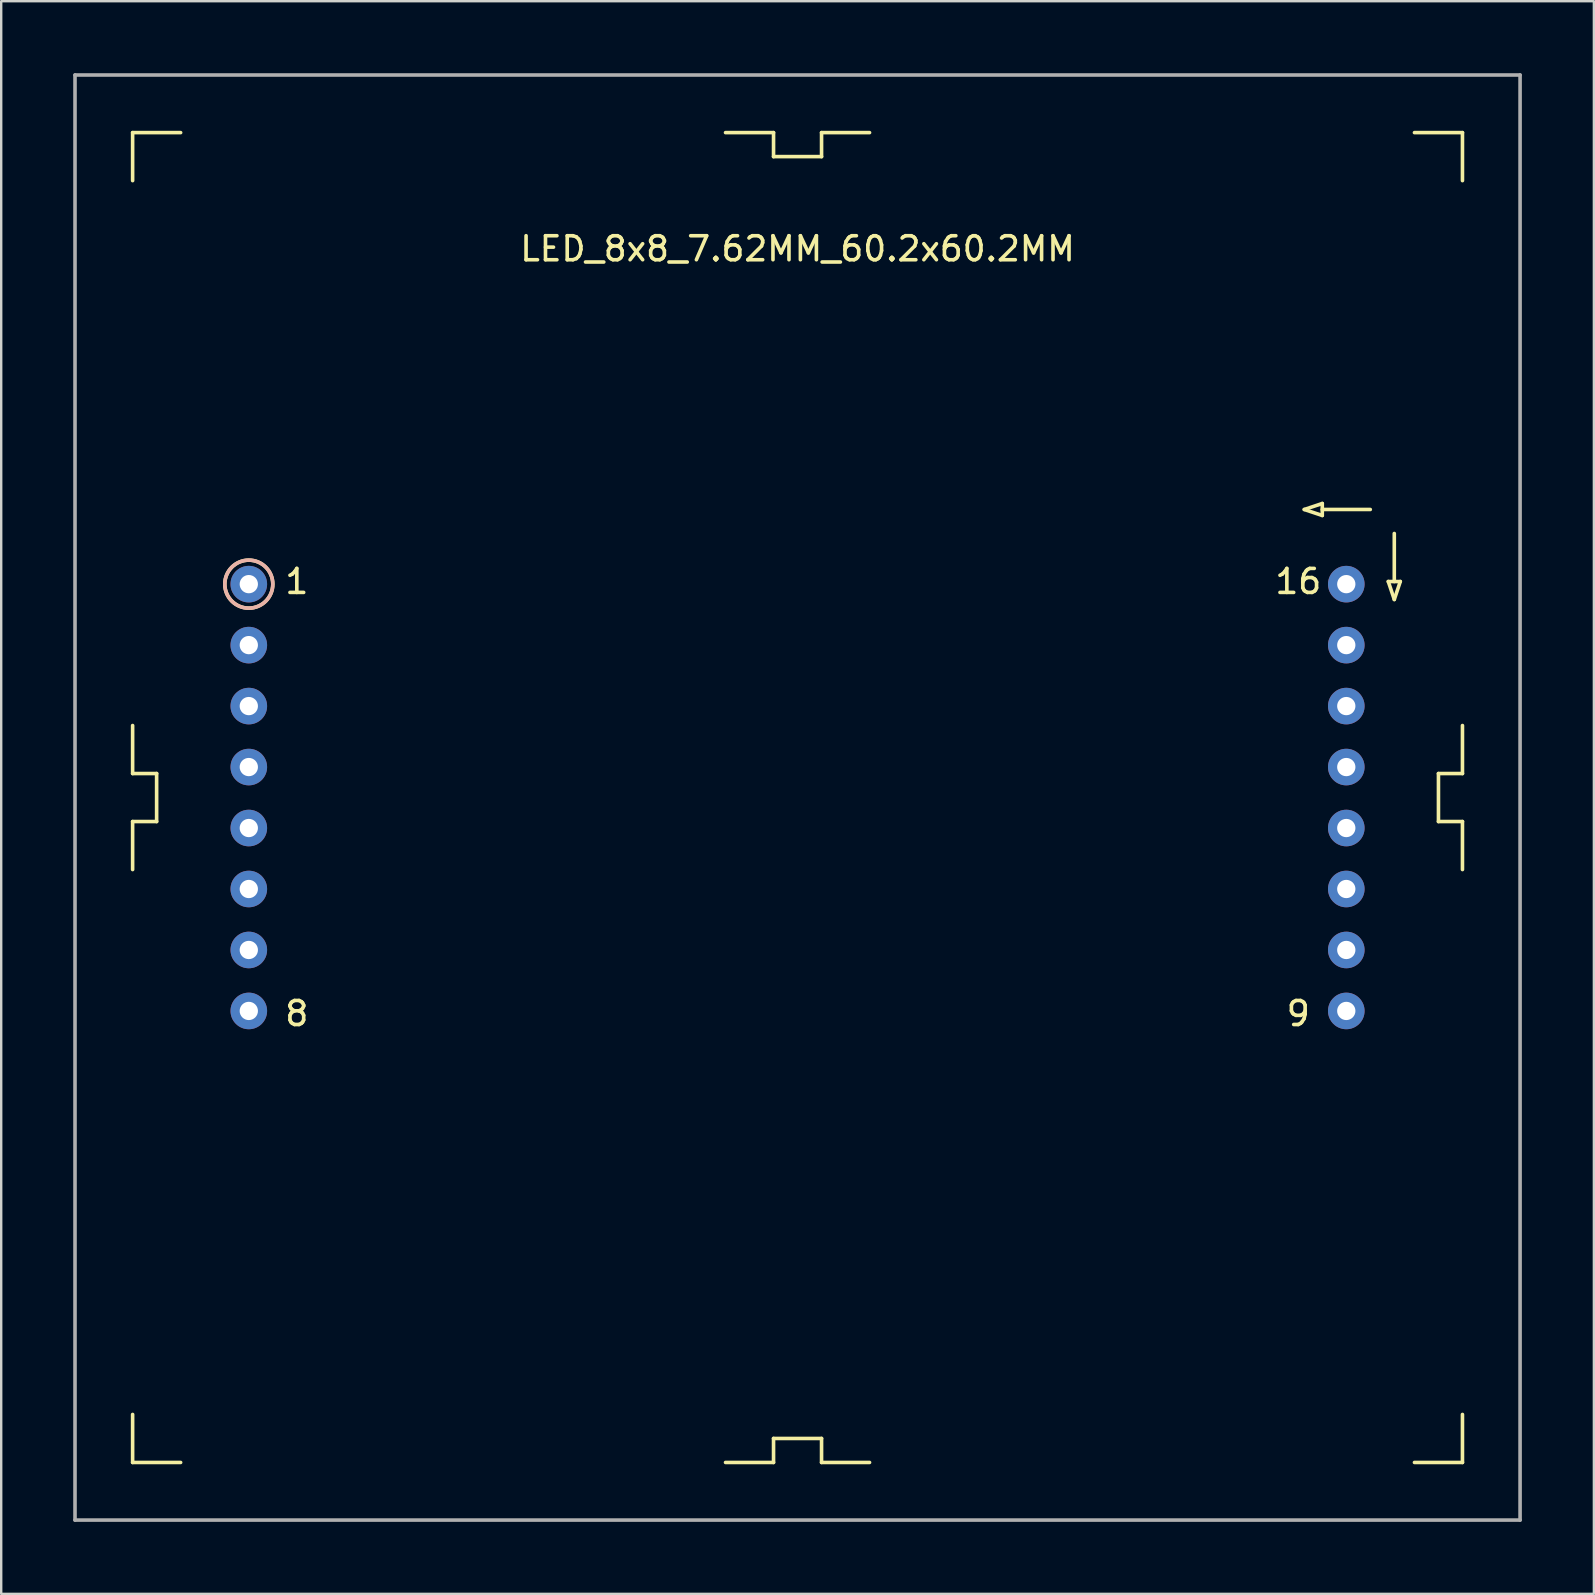
<source format=kicad_pcb>
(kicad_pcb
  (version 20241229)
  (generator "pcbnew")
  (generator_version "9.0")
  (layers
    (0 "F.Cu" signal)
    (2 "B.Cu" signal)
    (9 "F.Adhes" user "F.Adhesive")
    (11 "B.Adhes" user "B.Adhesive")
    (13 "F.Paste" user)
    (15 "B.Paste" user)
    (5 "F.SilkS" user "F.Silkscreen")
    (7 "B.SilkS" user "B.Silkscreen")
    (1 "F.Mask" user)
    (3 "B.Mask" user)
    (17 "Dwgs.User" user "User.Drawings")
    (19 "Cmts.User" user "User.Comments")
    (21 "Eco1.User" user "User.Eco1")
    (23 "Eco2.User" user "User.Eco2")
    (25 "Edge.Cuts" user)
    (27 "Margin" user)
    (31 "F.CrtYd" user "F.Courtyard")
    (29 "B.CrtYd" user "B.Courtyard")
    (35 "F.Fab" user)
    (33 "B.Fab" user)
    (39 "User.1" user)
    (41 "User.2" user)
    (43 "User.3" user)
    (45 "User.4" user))
  (footprint "LED_8x8_7.62MM_60.2x60.2MM"
    (layer "F.Cu")
    (at 30.175 30.175)
    (property "Reference" "LED_8x8_7.62MM_60.2x60.2MM" (at 0 -22.86 0) (layer "F.SilkS") (effects (font (size 1 1) (thickness 0.15))))
    (attr through_hole)
    (fp_line (start -27.7 -27.7) (end -25.7 -27.7) (stroke (width 0.15) (type solid)) (layer "F.SilkS"))
    (fp_line (start -27.7 -25.7) (end -27.7 -27.7) (stroke (width 0.15) (type solid)) (layer "F.SilkS"))
    (fp_line (start -27.7 -1) (end -27.7 -3) (stroke (width 0.15) (type solid)) (layer "F.SilkS"))
    (fp_line (start -27.7 -1) (end -26.7 -1) (stroke (width 0.15) (type solid)) (layer "F.SilkS"))
    (fp_line (start -27.7 1) (end -27.7 3) (stroke (width 0.15) (type solid)) (layer "F.SilkS"))
    (fp_line (start -27.7 27.7) (end -27.7 25.7) (stroke (width 0.15) (type solid)) (layer "F.SilkS"))
    (fp_line (start -26.7 -1) (end -26.7 1) (stroke (width 0.15) (type solid)) (layer "F.SilkS"))
    (fp_line (start -26.7 1) (end -27.7 1) (stroke (width 0.15) (type solid)) (layer "F.SilkS"))
    (fp_line (start -25.7 27.7) (end -27.7 27.7) (stroke (width 0.15) (type solid)) (layer "F.SilkS"))
    (fp_line (start -1 -27.7) (end -3 -27.7) (stroke (width 0.15) (type solid)) (layer "F.SilkS"))
    (fp_line (start -1 -26.7) (end -1 -27.7) (stroke (width 0.15) (type solid)) (layer "F.SilkS"))
    (fp_line (start -1 26.7) (end 1 26.7) (stroke (width 0.15) (type solid)) (layer "F.SilkS"))
    (fp_line (start -1 27.7) (end -3 27.7) (stroke (width 0.15) (type solid)) (layer "F.SilkS"))
    (fp_line (start -1 27.7) (end -1 26.7) (stroke (width 0.15) (type solid)) (layer "F.SilkS"))
    (fp_line (start 1 -27.7) (end 1 -26.7) (stroke (width 0.15) (type solid)) (layer "F.SilkS"))
    (fp_line (start 1 -27.7) (end 3 -27.7) (stroke (width 0.15) (type solid)) (layer "F.SilkS"))
    (fp_line (start 1 -26.7) (end -1 -26.7) (stroke (width 0.15) (type solid)) (layer "F.SilkS"))
    (fp_line (start 1 26.7) (end 1 27.7) (stroke (width 0.15) (type solid)) (layer "F.SilkS"))
    (fp_line (start 1 27.7) (end 3 27.7) (stroke (width 0.15) (type solid)) (layer "F.SilkS"))
    (fp_line (start 21.11 -12) (end 21.86 -11.75) (stroke (width 0.15) (type solid)) (layer "F.SilkS"))
    (fp_line (start 21.86 -12.25) (end 21.11 -12) (stroke (width 0.15) (type solid)) (layer "F.SilkS"))
    (fp_line (start 21.86 -11.75) (end 21.86 -12.25) (stroke (width 0.15) (type solid)) (layer "F.SilkS"))
    (fp_line (start 23.86 -12) (end 21.86 -12) (stroke (width 0.15) (type solid)) (layer "F.SilkS"))
    (fp_line (start 24.61 -9) (end 25.11 -9) (stroke (width 0.15) (type solid)) (layer "F.SilkS"))
    (fp_line (start 24.86 -11) (end 24.86 -9) (stroke (width 0.15) (type solid)) (layer "F.SilkS"))
    (fp_line (start 24.86 -8.25) (end 24.61 -9) (stroke (width 0.15) (type solid)) (layer "F.SilkS"))
    (fp_line (start 25.11 -9) (end 24.86 -8.25) (stroke (width 0.15) (type solid)) (layer "F.SilkS"))
    (fp_line (start 25.7 -27.7) (end 27.7 -27.7) (stroke (width 0.15) (type solid)) (layer "F.SilkS"))
    (fp_line (start 26.7 -1) (end 27.7 -1) (stroke (width 0.15) (type solid)) (layer "F.SilkS"))
    (fp_line (start 26.7 1) (end 26.7 -1) (stroke (width 0.15) (type solid)) (layer "F.SilkS"))
    (fp_line (start 27.7 -27.7) (end 27.7 -25.7) (stroke (width 0.15) (type solid)) (layer "F.SilkS"))
    (fp_line (start 27.7 -1) (end 27.7 -3) (stroke (width 0.15) (type solid)) (layer "F.SilkS"))
    (fp_line (start 27.7 1) (end 26.7 1) (stroke (width 0.15) (type solid)) (layer "F.SilkS"))
    (fp_line (start 27.7 1) (end 27.7 3) (stroke (width 0.15) (type solid)) (layer "F.SilkS"))
    (fp_line (start 27.7 25.7) (end 27.7 27.7) (stroke (width 0.15) (type solid)) (layer "F.SilkS"))
    (fp_line (start 27.7 27.7) (end 25.7 27.7) (stroke (width 0.15) (type solid)) (layer "F.SilkS"))
    (fp_circle (center -22.86 -8.89) (end -21.86 -8.89) (stroke (width 0.15) (type solid)) (fill no) (layer "F.SilkS"))
    (fp_circle (center -22.86 -8.89) (end -21.86 -8.89) (stroke (width 0.15) (type solid)) (fill no) (layer "B.SilkS"))
    (fp_line (start -30.1 -30.1) (end 30.1 -30.1) (stroke (width 0.15) (type solid)) (layer "F.Fab"))
    (fp_line (start -30.1 30.1) (end -30.1 -30.1) (stroke (width 0.15) (type solid)) (layer "F.Fab"))
    (fp_line (start 30.1 -30.1) (end 30.1 30.1) (stroke (width 0.15) (type solid)) (layer "F.Fab"))
    (fp_line (start 30.1 30.1) (end -30.1 30.1) (stroke (width 0.15) (type solid)) (layer "F.Fab"))
    (fp_text user "1" (at -20.86 -9 0) (layer "F.SilkS") (effects (font (size 1 1) (thickness 0.15))))
    (fp_text user "8" (at -20.86 9 0) (layer "F.SilkS") (effects (font (size 1 1) (thickness 0.15))))
    (fp_text user "9" (at 20.86 9 0) (layer "F.SilkS") (effects (font (size 1 1) (thickness 0.15))))
    (fp_text user "16" (at 20.86 -9 0) (layer "F.SilkS") (effects (font (size 1 1) (thickness 0.15))))
    (pad "1" thru_hole circle (at -22.86 -8.89) (size 1.524 1.524) (drill 0.762) (layers "*.Cu" "*.Mask"))
    (pad "2" thru_hole circle (at -22.86 -6.35) (size 1.524 1.524) (drill 0.762) (layers "*.Cu" "*.Mask"))
    (pad "3" thru_hole circle (at -22.86 -3.81) (size 1.524 1.524) (drill 0.762) (layers "*.Cu" "*.Mask"))
    (pad "4" thru_hole circle (at -22.86 -1.27) (size 1.524 1.524) (drill 0.762) (layers "*.Cu" "*.Mask"))
    (pad "5" thru_hole circle (at -22.86 1.27) (size 1.524 1.524) (drill 0.762) (layers "*.Cu" "*.Mask"))
    (pad "6" thru_hole circle (at -22.86 3.81) (size 1.524 1.524) (drill 0.762) (layers "*.Cu" "*.Mask"))
    (pad "7" thru_hole circle (at -22.86 6.35) (size 1.524 1.524) (drill 0.762) (layers "*.Cu" "*.Mask"))
    (pad "8" thru_hole circle (at -22.86 8.89) (size 1.524 1.524) (drill 0.762) (layers "*.Cu" "*.Mask"))
    (pad "9" thru_hole circle (at 22.86 8.89) (size 1.524 1.524) (drill 0.762) (layers "*.Cu" "*.Mask"))
    (pad "10" thru_hole circle (at 22.86 6.35) (size 1.524 1.524) (drill 0.762) (layers "*.Cu" "*.Mask"))
    (pad "11" thru_hole circle (at 22.86 3.81) (size 1.524 1.524) (drill 0.762) (layers "*.Cu" "*.Mask"))
    (pad "12" thru_hole circle (at 22.86 1.27) (size 1.524 1.524) (drill 0.762) (layers "*.Cu" "*.Mask"))
    (pad "13" thru_hole circle (at 22.86 -1.27) (size 1.524 1.524) (drill 0.762) (layers "*.Cu" "*.Mask"))
    (pad "14" thru_hole circle (at 22.86 -3.81) (size 1.524 1.524) (drill 0.762) (layers "*.Cu" "*.Mask"))
    (pad "15" thru_hole circle (at 22.86 -6.35) (size 1.524 1.524) (drill 0.762) (layers "*.Cu" "*.Mask"))
    (pad "16" thru_hole circle (at 22.86 -8.89) (size 1.524 1.524) (drill 0.762) (layers "*.Cu" "*.Mask")))
  (gr_rect
    (start -3 -3)
    (end 63.35 63.35)
    (stroke (width 0.1) (type default))
    (fill no)
    (layer "Edge.Cuts")))
</source>
